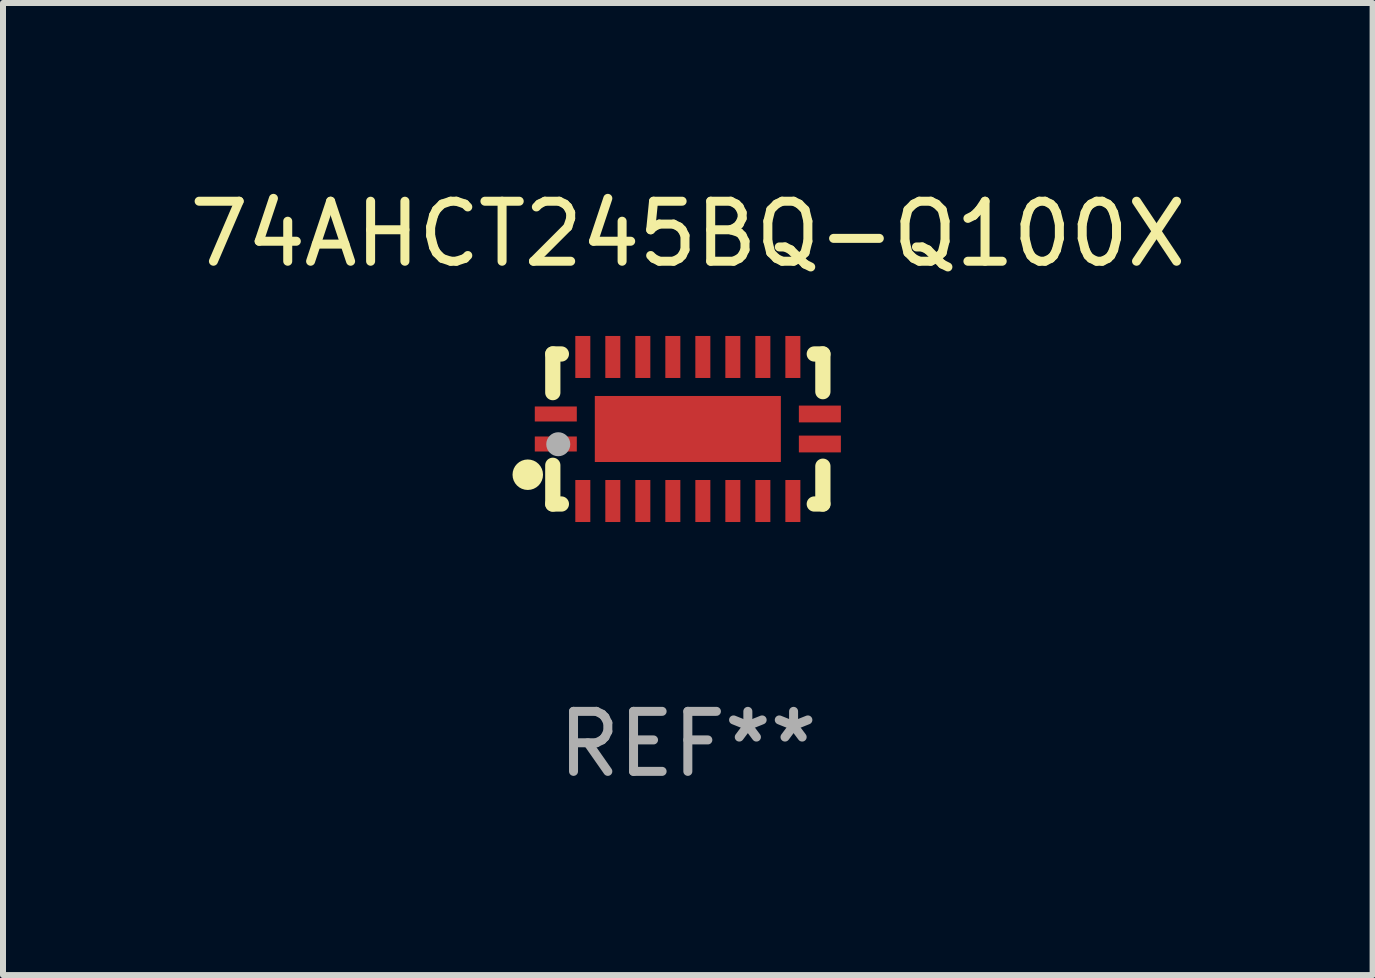
<source format=kicad_pcb>
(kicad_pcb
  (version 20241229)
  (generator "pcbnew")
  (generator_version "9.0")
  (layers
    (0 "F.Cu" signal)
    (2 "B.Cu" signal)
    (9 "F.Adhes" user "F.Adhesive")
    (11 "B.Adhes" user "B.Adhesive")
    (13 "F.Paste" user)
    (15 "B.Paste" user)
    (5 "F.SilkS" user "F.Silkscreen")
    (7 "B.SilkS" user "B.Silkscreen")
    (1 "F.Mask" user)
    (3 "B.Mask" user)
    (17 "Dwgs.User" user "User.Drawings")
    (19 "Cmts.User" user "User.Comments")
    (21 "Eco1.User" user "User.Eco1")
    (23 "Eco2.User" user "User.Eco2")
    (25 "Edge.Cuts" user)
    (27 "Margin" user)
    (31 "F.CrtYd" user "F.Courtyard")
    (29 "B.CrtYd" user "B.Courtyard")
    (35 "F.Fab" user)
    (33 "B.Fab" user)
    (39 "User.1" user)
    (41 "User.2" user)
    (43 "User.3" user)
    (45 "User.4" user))
  (footprint "74AHCT245BQ-Q100X"
    (layer "F.Cu")
    (at 8.411 4.098)
    (property "Reference" "74AHCT245BQ-Q100X" (at 0 -3.25 0) (layer "F.SilkS") (effects (font (size 1 1) (thickness 0.15))))
    (attr through_hole)
    (fp_line (start -2.25 0.605) (end -2.25 1.25) (stroke (width 0.254) (type solid)) (layer "F.SilkS"))
    (fp_line (start -2.25 1.25) (end -2.107 1.25) (stroke (width 0.254) (type solid)) (layer "F.SilkS"))
    (fp_line (start -2.25 -1.25) (end -2.25 -0.606) (stroke (width 0.254) (type solid)) (layer "F.SilkS"))
    (fp_line (start -2.25 -1.25) (end -2.107 -1.25) (stroke (width 0.254) (type solid)) (layer "F.SilkS"))
    (fp_line (start 2.107 -1.25) (end 2.25 -1.25) (stroke (width 0.254) (type solid)) (layer "F.SilkS"))
    (fp_line (start 2.107 1.25) (end 2.25 1.25) (stroke (width 0.254) (type solid)) (layer "F.SilkS"))
    (fp_line (start 2.25 -1.25) (end 2.25 -0.622) (stroke (width 0.254) (type solid)) (layer "F.SilkS"))
    (fp_line (start 2.25 0.62) (end 2.25 1.25) (stroke (width 0.254) (type solid)) (layer "F.SilkS"))
    (fp_circle (center -2.667 0.762) (end -2.54 0.762) (stroke (width 0.254) (type solid)) (fill no) (layer "F.SilkS"))
    (fp_circle (center -2.25 1.249) (end -2.22 1.249) (stroke (width 0.06) (type solid)) (fill no) (layer "F.SilkS"))
    (fp_circle (center -2.159 0.254) (end -2.059 0.254) (stroke (width 0.2) (type solid)) (fill no) (layer "F.Fab"))
    (fp_text user "REF**" (at 0 5.25 0) (layer "F.Fab") (effects (font (size 1 1) (thickness 0.15))))
    (pad "1" smd rect (at -2.2 0.25 180) (size 0.7 0.25) (layers "F.Cu" "F.Mask" "F.Paste"))
    (pad "2" smd rect (at -1.75 1.2 90) (size 0.7 0.25) (layers "F.Cu" "F.Mask" "F.Paste"))
    (pad "3" smd rect (at -1.25 1.2 90) (size 0.7 0.25) (layers "F.Cu" "F.Mask" "F.Paste"))
    (pad "4" smd rect (at -0.75 1.2 90) (size 0.7 0.25) (layers "F.Cu" "F.Mask" "F.Paste"))
    (pad "5" smd rect (at -0.25 1.2 90) (size 0.7 0.25) (layers "F.Cu" "F.Mask" "F.Paste"))
    (pad "6" smd rect (at 0.25 1.2 90) (size 0.7 0.25) (layers "F.Cu" "F.Mask" "F.Paste"))
    (pad "7" smd rect (at 0.75 1.2 90) (size 0.7 0.25) (layers "F.Cu" "F.Mask" "F.Paste"))
    (pad "8" smd rect (at 1.25 1.2 90) (size 0.7 0.25) (layers "F.Cu" "F.Mask" "F.Paste"))
    (pad "9" smd rect (at 1.75 1.2 90) (size 0.7 0.25) (layers "F.Cu" "F.Mask" "F.Paste"))
    (pad "10" smd rect (at 2.2 0.25 180) (size 0.7 0.28) (layers "F.Cu" "F.Mask" "F.Paste"))
    (pad "11" smd rect (at 2.2 -0.25 180) (size 0.7 0.28) (layers "F.Cu" "F.Mask" "F.Paste"))
    (pad "12" smd rect (at 1.75 -1.2 90) (size 0.7 0.25) (layers "F.Cu" "F.Mask" "F.Paste"))
    (pad "13" smd rect (at 1.25 -1.2 90) (size 0.7 0.25) (layers "F.Cu" "F.Mask" "F.Paste"))
    (pad "14" smd rect (at 0.75 -1.2 90) (size 0.7 0.25) (layers "F.Cu" "F.Mask" "F.Paste"))
    (pad "15" smd rect (at 0.25 -1.2 90) (size 0.7 0.25) (layers "F.Cu" "F.Mask" "F.Paste"))
    (pad "16" smd rect (at -0.25 -1.2 90) (size 0.7 0.25) (layers "F.Cu" "F.Mask" "F.Paste"))
    (pad "17" smd rect (at -0.75 -1.2 90) (size 0.7 0.25) (layers "F.Cu" "F.Mask" "F.Paste"))
    (pad "18" smd rect (at -1.25 -1.2 90) (size 0.7 0.25) (layers "F.Cu" "F.Mask" "F.Paste"))
    (pad "19" smd rect (at -1.75 -1.2 90) (size 0.7 0.25) (layers "F.Cu" "F.Mask" "F.Paste"))
    (pad "20" smd rect (at -2.2 -0.25 180) (size 0.7 0.25) (layers "F.Cu" "F.Mask" "F.Paste"))
    (pad "21" smd rect (at 0 -0.000013 180) (size 3.1 1.1) (layers "F.Cu" "F.Mask" "F.Paste")))
  (gr_rect
    (start -3 -3)
    (end 19.821 13.197)
    (stroke (width 0.1) (type default))
    (fill no)
    (layer "Edge.Cuts")))
</source>
